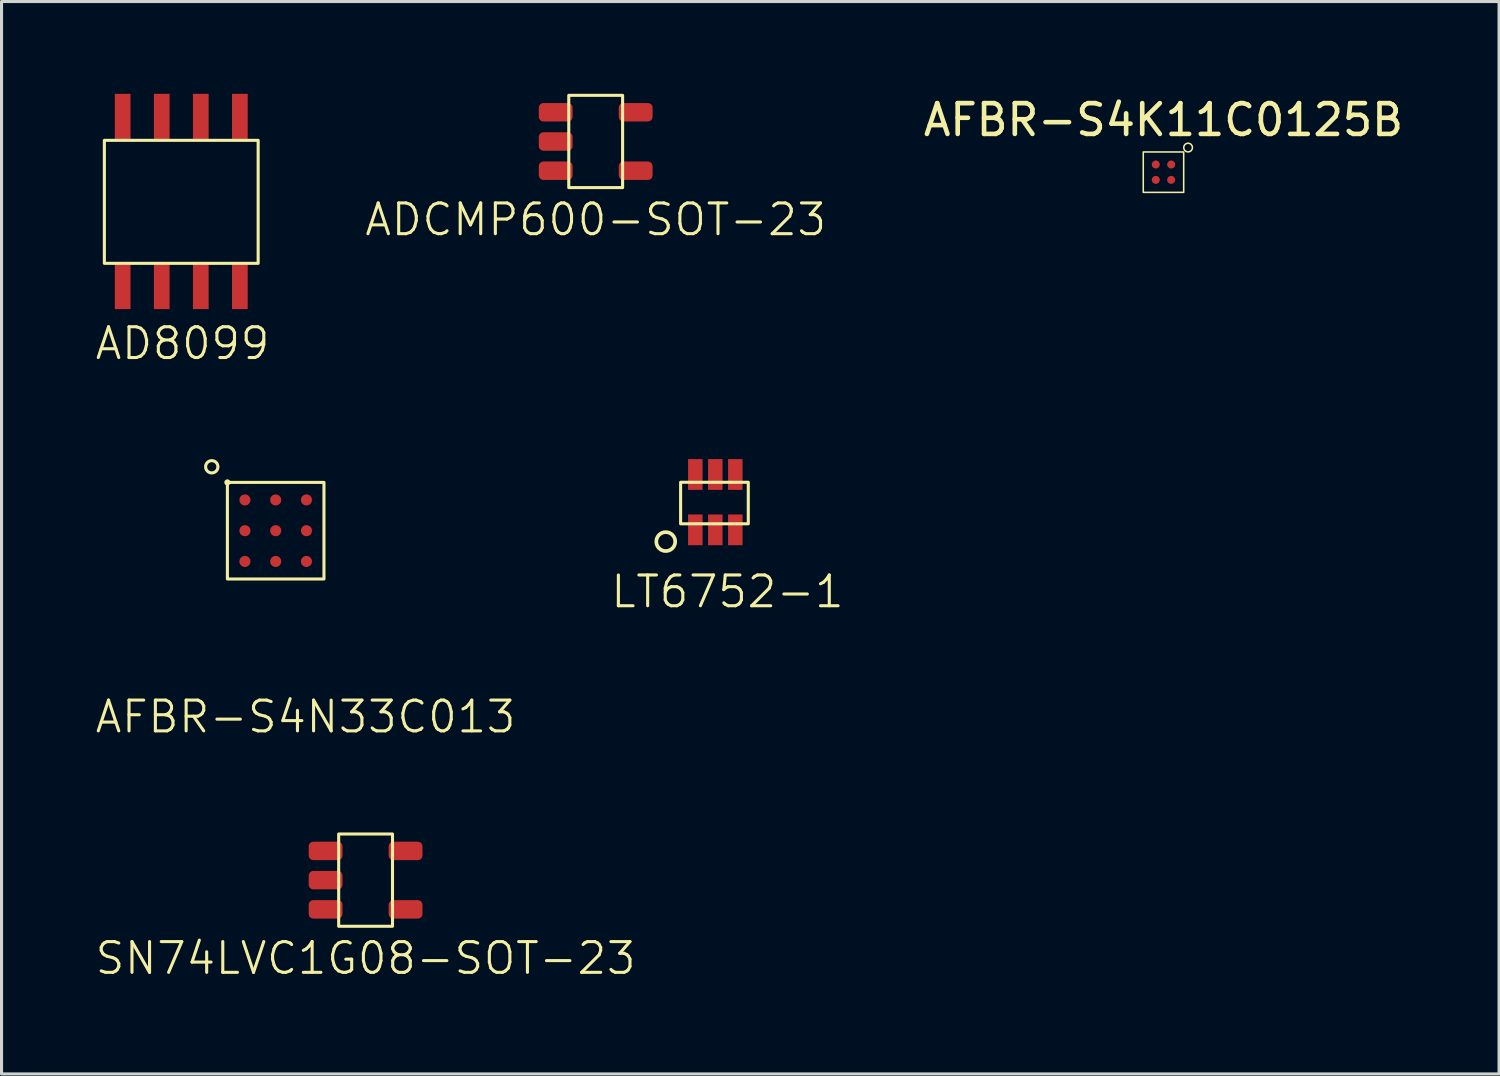
<source format=kicad_pcb>
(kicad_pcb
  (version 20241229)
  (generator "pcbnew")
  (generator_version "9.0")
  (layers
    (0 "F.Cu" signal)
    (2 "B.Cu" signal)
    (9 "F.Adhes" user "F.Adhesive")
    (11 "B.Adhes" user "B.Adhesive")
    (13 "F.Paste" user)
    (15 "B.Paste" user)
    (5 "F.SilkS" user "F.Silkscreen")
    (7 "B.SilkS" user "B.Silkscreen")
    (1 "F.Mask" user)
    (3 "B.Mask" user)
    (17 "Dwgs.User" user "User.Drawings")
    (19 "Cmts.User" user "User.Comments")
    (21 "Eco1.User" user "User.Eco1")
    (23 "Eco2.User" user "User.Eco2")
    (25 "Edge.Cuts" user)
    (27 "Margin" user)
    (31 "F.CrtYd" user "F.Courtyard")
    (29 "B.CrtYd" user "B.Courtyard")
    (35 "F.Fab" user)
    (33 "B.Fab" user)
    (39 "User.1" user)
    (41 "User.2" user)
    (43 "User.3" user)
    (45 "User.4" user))
  (footprint "ADCMP600-SOT-23"
    (layer "F.Cu")
    (at 16.317 1.55)
    (property "Reference" "ADCMP600-SOT-23" (at 0 2.54 0) (unlocked yes) (layer "F.SilkS") (effects (font (size 1 1) (thickness 0.1))))
    (attr smd)
    (fp_rect (start -0.875 -1.5) (end 0.875 1.5) (stroke (width 0.1) (type default)) (fill no) (layer "F.SilkS"))
    (pad "1" smd roundrect (at -1.3 -0.95) (size 1.1 0.6) (layers "F.Cu" "F.Mask" "F.Paste") (roundrect_rratio 0.25))
    (pad "2" smd roundrect (at -1.3 0) (size 1.1 0.6) (layers "F.Cu" "F.Mask" "F.Paste") (roundrect_rratio 0.25))
    (pad "3" smd roundrect (at -1.3 0.95) (size 1.1 0.6) (layers "F.Cu" "F.Mask" "F.Paste") (roundrect_rratio 0.25))
    (pad "4" smd roundrect (at 1.3 0.95) (size 1.1 0.6) (layers "F.Cu" "F.Mask" "F.Paste") (roundrect_rratio 0.25))
    (pad "5" smd roundrect (at 1.3 -0.95) (size 1.1 0.6) (layers "F.Cu" "F.Mask" "F.Paste") (roundrect_rratio 0.25)))
  (footprint "SN74LVC1G08-SOT-23"
    (layer "F.Cu")
    (at 8.836 25.565)
    (property "Reference" "SN74LVC1G08-SOT-23" (at 0 2.54 0) (unlocked yes) (layer "F.SilkS") (effects (font (size 1 1) (thickness 0.1))))
    (attr smd)
    (fp_rect (start -0.875 -1.5) (end 0.875 1.5) (stroke (width 0.1) (type default)) (fill no) (layer "F.SilkS"))
    (pad "1" smd roundrect (at -1.3 -0.95) (size 1.1 0.6) (layers "F.Cu" "F.Mask" "F.Paste") (roundrect_rratio 0.25))
    (pad "2" smd roundrect (at -1.3 0) (size 1.1 0.6) (layers "F.Cu" "F.Mask" "F.Paste") (roundrect_rratio 0.25))
    (pad "3" smd roundrect (at -1.3 0.95) (size 1.1 0.6) (layers "F.Cu" "F.Mask" "F.Paste") (roundrect_rratio 0.25))
    (pad "4" smd roundrect (at 1.3 0.95) (size 1.1 0.6) (layers "F.Cu" "F.Mask" "F.Paste") (roundrect_rratio 0.25))
    (pad "5" smd roundrect (at 1.3 -0.95) (size 1.1 0.6) (layers "F.Cu" "F.Mask" "F.Paste") (roundrect_rratio 0.25)))
  (footprint "LT6752-1"
    (layer "F.Cu")
    (at 19.078 12.63)
    (property "Reference" "LT6752-1" (at 1.524 3.556 0) (unlocked yes) (layer "F.SilkS") (effects (font (size 1 1) (thickness 0.1))))
    (attr smd)
    (fp_rect (start 0 0) (end 2.2 1.35) (stroke (width 0.1) (type default)) (fill no) (layer "F.SilkS"))
    (fp_circle (center -0.483 1.928) (end -0.203 2.055) (stroke (width 0.12) (type default)) (fill no) (layer "F.SilkS"))
    (pad "1" smd rect (at 0.478 1.546) (size 0.47 1) (layers "F.Cu" "F.Mask" "F.Paste"))
    (pad "2" smd rect (at 1.128 1.546) (size 0.47 1) (layers "F.Cu" "F.Mask" "F.Paste"))
    (pad "3" smd rect (at 1.778 1.546) (size 0.47 1) (layers "F.Cu" "F.Mask" "F.Paste"))
    (pad "4" smd rect (at 1.778 -0.254) (size 0.47 1) (layers "F.Cu" "F.Mask" "F.Paste"))
    (pad "5" smd rect (at 1.128 -0.254) (size 0.47 1) (layers "F.Cu" "F.Mask" "F.Paste"))
    (pad "6" smd rect (at 0.478 -0.254) (size 0.47 1) (layers "F.Cu" "F.Mask" "F.Paste")))
  (footprint "AFBR-S4K11C0125B"
    (layer "F.Cu")
    (at 34.777 2.548)
    (property "Reference" "AFBR-S4K11C0125B" (at 0 -1.7 0) (unlocked yes) (layer "F.SilkS") (effects (font (size 1 1) (thickness 0.15))))
    (attr smd)
    (fp_rect (start -0.657 -0.657) (end 0.657 0.657) (stroke (width 0.05) (type default)) (fill no) (layer "F.SilkS"))
    (fp_circle (center 0.8 -0.8) (end 0.941 -0.8) (stroke (width 0.05) (type default)) (fill no) (layer "F.SilkS"))
    (pad "1" smd circle (at 0.25 -0.25) (size 0.26 0.26) (layers "F.Cu" "F.Mask" "F.Paste"))
    (pad "2" smd circle (at 0.25 0.25) (size 0.26 0.26) (layers "F.Cu" "F.Mask" "F.Paste"))
    (pad "3" smd circle (at -0.25 -0.25) (size 0.26 0.26) (layers "F.Cu" "F.Mask" "F.Paste"))
    (pad "4" smd circle (at -0.25 0.25) (size 0.26 0.26) (layers "F.Cu" "F.Mask" "F.Paste")))
  (footprint "AD8099"
    (layer "F.Cu")
    (at 0.343 1.512)
    (property "Reference" "AD8099" (at 2.54 6.604 0) (unlocked yes) (layer "F.SilkS") (effects (font (size 1 1) (thickness 0.1))))
    (attr smd)
    (fp_rect (start 0 0) (end 5 4) (stroke (width 0.1) (type default)) (fill no) (layer "F.SilkS"))
    (pad "1" smd rect (at 0.595 4.738) (size 0.51 1.5) (layers "F.Cu" "F.Mask" "F.Paste"))
    (pad "2" smd rect (at 1.865 4.738) (size 0.51 1.5) (layers "F.Cu" "F.Mask" "F.Paste"))
    (pad "3" smd rect (at 3.135 4.738) (size 0.51 1.5) (layers "F.Cu" "F.Mask" "F.Paste"))
    (pad "4" smd rect (at 4.405 4.738) (size 0.51 1.5) (layers "F.Cu" "F.Mask" "F.Paste"))
    (pad "5" smd rect (at 4.405 -0.762) (size 0.51 1.5) (layers "F.Cu" "F.Mask" "F.Paste"))
    (pad "6" smd rect (at 3.135 -0.762) (size 0.51 1.5) (layers "F.Cu" "F.Mask" "F.Paste"))
    (pad "7" smd rect (at 1.865 -0.762) (size 0.51 1.5) (layers "F.Cu" "F.Mask" "F.Paste"))
    (pad "8" smd rect (at 0.595 -0.762) (size 0.51 1.5) (layers "F.Cu" "F.Mask" "F.Paste")))
  (footprint "AFBR-S4N33C013"
    (layer "F.Cu")
    (at 4.343 12.634)
    (property "Reference" "AFBR-S4N33C013" (at 2.54 7.62 0) (unlocked yes) (layer "F.SilkS") (effects (font (size 1 1) (thickness 0.1))))
    (attr smd)
    (fp_rect (start 0 0) (end 3.14 3.14) (stroke (width 0.1) (type default)) (fill no) (layer "F.SilkS"))
    (fp_circle (center -0.508 -0.508) (end -0.308 -0.508) (stroke (width 0.1) (type default)) (fill no) (layer "F.SilkS"))
    (fp_circle (center 0 0) (end 0 0) (stroke (width 0.1) (type default)) (fill no) (layer "F.SilkS"))
    (pad "A1" smd circle (at 0.57 1.57) (size 0.36 0.36) (layers "F.Cu" "F.Mask" "F.Paste"))
    (pad "A2" smd circle (at 2.57 1.57) (size 0.36 0.36) (layers "F.Cu" "F.Mask" "F.Paste"))
    (pad "C1" smd circle (at 1.57 0.57) (size 0.36 0.36) (layers "F.Cu" "F.Mask" "F.Paste"))
    (pad "C2" smd circle (at 1.57 2.57) (size 0.36 0.36) (layers "F.Cu" "F.Mask" "F.Paste"))
    (pad "F1" smd circle (at 0.57 0.57) (size 0.36 0.36) (layers "F.Cu" "F.Mask" "F.Paste"))
    (pad "F2" smd circle (at 2.57 0.57) (size 0.36 0.36) (layers "F.Cu" "F.Mask" "F.Paste"))
    (pad "F3" smd circle (at 1.57 1.57) (size 0.36 0.36) (layers "F.Cu" "F.Mask" "F.Paste"))
    (pad "R1" smd circle (at 0.57 2.57) (size 0.36 0.36) (layers "F.Cu" "F.Mask" "F.Paste"))
    (pad "R2" smd circle (at 2.57 2.57) (size 0.36 0.36) (layers "F.Cu" "F.Mask" "F.Paste")))
  (gr_rect
    (start -3 -3)
    (end 45.688 31.866)
    (stroke (width 0.1) (type default))
    (fill no)
    (layer "Edge.Cuts")))
</source>
